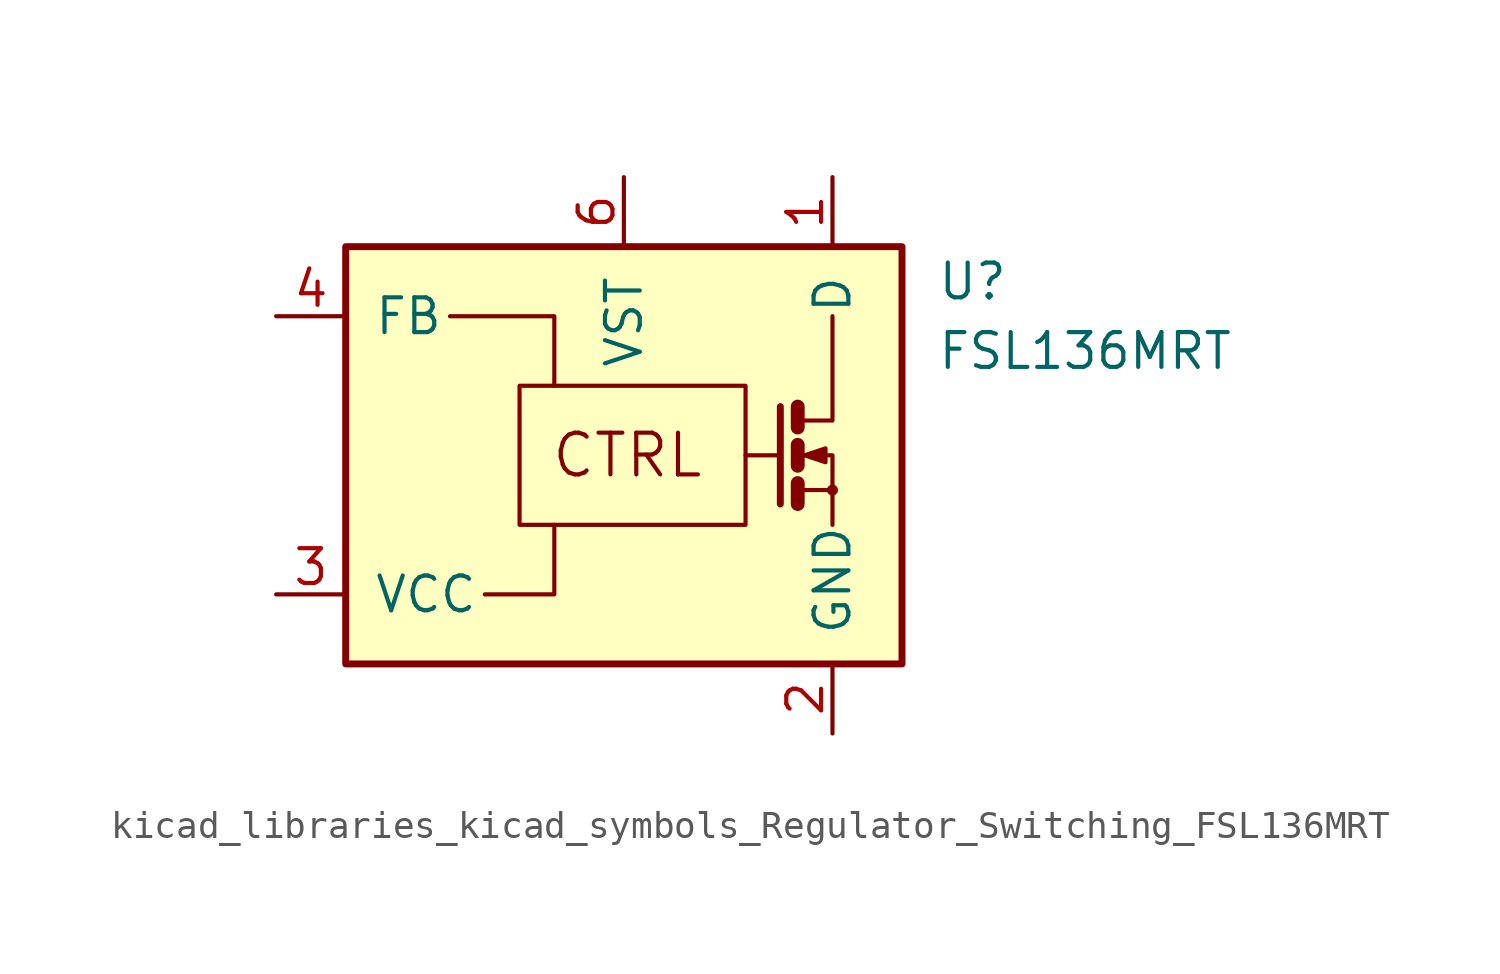
<source format=kicad_sym>
(kicad_symbol_lib
  (version 20220914)
  (generator kicad_symbol_editor)
  (symbol "kicad_libraries_kicad_symbols_Regulator_Switching_FSL136MRT"
    (pin_names
      (offset 1.016))
    (property "Reference" "U"
      (at 11.43 6.35 0)
      (effects (font (size 1.27 1.27)) (justify left)))
    (property "Value" "FSL136MRT"
      (at 11.43 3.81 0)
      (effects (font (size 1.27 1.27)) (justify left)))
    (symbol "kicad_libraries_kicad_symbols_Regulator_Switching_FSL136MRT_0_0"
      (rectangle (start -10.16 7.62) (end 10.16 -7.62) (stroke (width 0.254) (type default)) (fill (type background)))
      (rectangle (start -3.81 2.54) (end 4.445 -2.54) (stroke (width 0) (type default)) (fill (type none)))
      (polyline (pts (xy 5.715 1.778) (xy 5.715 -1.778)) (stroke (width 0.254) (type default)) (fill (type none)))
      (polyline (pts (xy 6.35 -1.27) (xy 7.62 -1.27)) (stroke (width 0) (type default)) (fill (type none)))
      (polyline (pts (xy 6.35 -1.016) (xy 6.35 -1.778)) (stroke (width 0.508) (type default)) (fill (type none)))
      (polyline (pts (xy 6.35 0.381) (xy 6.35 -0.381)) (stroke (width 0.508) (type default)) (fill (type none)))
      (polyline (pts (xy 6.35 1.778) (xy 6.35 1.016)) (stroke (width 0.508) (type default)) (fill (type none)))
      (polyline (pts (xy 6.35 1.27) (xy 7.62 1.27) (xy 7.62 5.08)) (stroke (width 0) (type default)) (fill (type none)))
      (polyline (pts (xy 7.62 -2.54) (xy 7.62 0) (xy 6.35 0)) (stroke (width 0) (type default)) (fill (type none)))
      (polyline (pts (xy 6.604 0) (xy 7.366 0.254) (xy 7.366 -0.254) (xy 6.604 0)) (stroke (width 0) (type default)) (fill (type outline)))
      (circle (center 7.62 -1.27) (radius 0.127) (stroke (width 0) (type default)) (fill (type none)))
      (text "CTRL" (at 0.127 0 0) (effects (font (size 1.524 1.524)))))
    (symbol "kicad_libraries_kicad_symbols_Regulator_Switching_FSL136MRT_0_1"
      (polyline (pts (xy 4.445 0) (xy 5.715 0)) (stroke (width 0) (type default)) (fill (type none)))
      (polyline (pts (xy -6.35 5.08) (xy -2.54 5.08) (xy -2.54 2.54)) (stroke (width 0) (type default)) (fill (type none)))
      (polyline (pts (xy -5.08 -5.08) (xy -2.54 -5.08) (xy -2.54 -2.54)) (stroke (width 0) (type default)) (fill (type none))))
    (symbol "kicad_libraries_kicad_symbols_Regulator_Switching_FSL136MRT_1_1"
      (pin passive line (at 7.62 10.16 270) (length 2.54) (name "D" (effects (font (size 1.27 1.27)))) (number "1" (effects (font (size 1.27 1.27)))))
      (pin power_in line (at 7.62 -10.16 90) (length 2.54) (name "GND" (effects (font (size 1.27 1.27)))) (number "2" (effects (font (size 1.27 1.27)))))
      (pin power_in line (at -12.7 -5.08 0) (length 2.54) (name "VCC" (effects (font (size 1.27 1.27)))) (number "3" (effects (font (size 1.27 1.27)))))
      (pin passive line (at -12.7 5.08 0) (length 2.54) (name "FB" (effects (font (size 1.27 1.27)))) (number "4" (effects (font (size 1.27 1.27)))))
      (pin passive line (at 0 10.16 270) (length 2.54) (name "VST" (effects (font (size 1.27 1.27)))) (number "6" (effects (font (size 1.27 1.27))))))))
</source>
